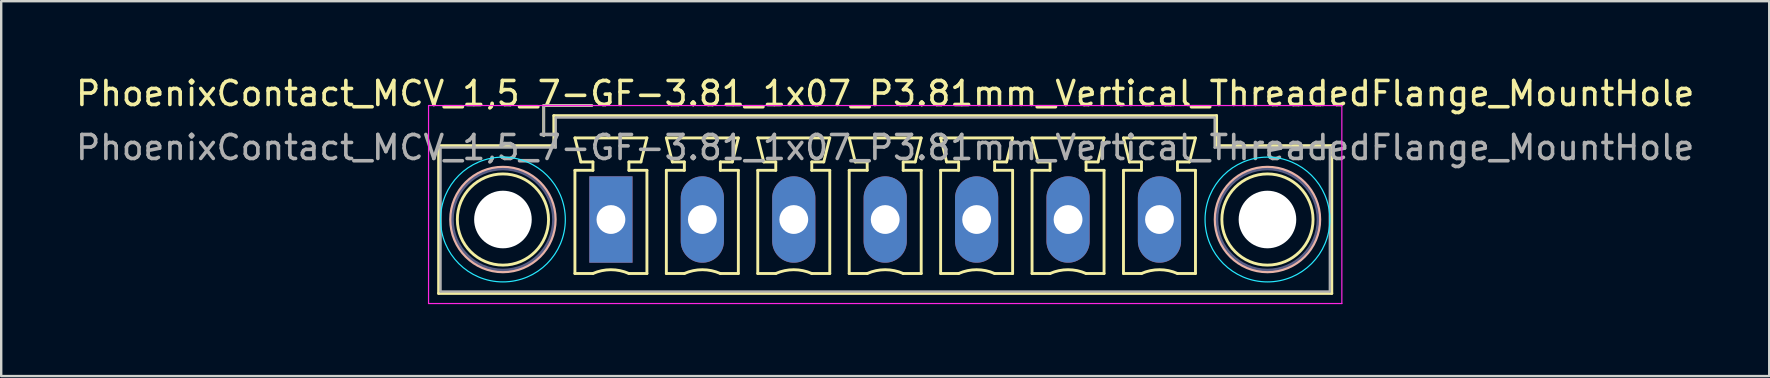
<source format=kicad_pcb>
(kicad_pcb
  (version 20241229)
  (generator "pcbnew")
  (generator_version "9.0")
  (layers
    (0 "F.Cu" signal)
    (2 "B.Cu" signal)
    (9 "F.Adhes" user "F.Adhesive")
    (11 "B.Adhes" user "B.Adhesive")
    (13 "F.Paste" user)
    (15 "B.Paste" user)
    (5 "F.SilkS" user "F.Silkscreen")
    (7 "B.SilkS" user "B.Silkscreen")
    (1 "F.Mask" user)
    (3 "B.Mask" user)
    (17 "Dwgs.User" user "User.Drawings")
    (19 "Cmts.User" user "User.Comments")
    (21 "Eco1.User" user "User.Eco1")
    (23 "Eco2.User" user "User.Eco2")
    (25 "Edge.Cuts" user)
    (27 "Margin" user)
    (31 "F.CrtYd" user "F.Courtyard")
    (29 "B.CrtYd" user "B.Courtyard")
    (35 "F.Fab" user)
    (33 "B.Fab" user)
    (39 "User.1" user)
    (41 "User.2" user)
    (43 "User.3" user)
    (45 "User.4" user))
  (footprint "PhoenixContact_MCV_1,5_7-GF-3.81_1x07_P3.81mm_Vertical_ThreadedFlange_MountHole"
    (layer "F.Cu")
    (at 22.409 6.098)
    (property "Reference" "PhoenixContact_MCV_1,5_7-GF-3.81_1x07_P3.81mm_Vertical_ThreadedFlange_MountHole" (at 11.43 -5.25 0) (layer "F.SilkS") (effects (font (size 1 1) (thickness 0.15))))
    (attr through_hole)
    (fp_line (start -7.18 -3.08) (end -7.18 3.08) (stroke (width 0.12) (type solid)) (layer "F.SilkS"))
    (fp_line (start -7.18 3.08) (end 30.04 3.08) (stroke (width 0.12) (type solid)) (layer "F.SilkS"))
    (fp_line (start -2.8 -4.75) (end -0.8 -4.75) (stroke (width 0.12) (type solid)) (layer "F.SilkS"))
    (fp_line (start -2.8 -3.5) (end -2.8 -4.75) (stroke (width 0.12) (type solid)) (layer "F.SilkS"))
    (fp_line (start -2.38 -4.33) (end -2.38 -3.08) (stroke (width 0.12) (type solid)) (layer "F.SilkS"))
    (fp_line (start -2.38 -3.08) (end -7.18 -3.08) (stroke (width 0.12) (type solid)) (layer "F.SilkS"))
    (fp_line (start -1.5 -3.4) (end 1.5 -3.4) (stroke (width 0.12) (type solid)) (layer "F.SilkS"))
    (fp_line (start -1.5 -2.05) (end -0.75 -2.05) (stroke (width 0.12) (type solid)) (layer "F.SilkS"))
    (fp_line (start -1.5 2.25) (end -1.5 -2.05) (stroke (width 0.12) (type solid)) (layer "F.SilkS"))
    (fp_line (start -1.25 -2.4) (end -1.5 -3.4) (stroke (width 0.12) (type solid)) (layer "F.SilkS"))
    (fp_line (start -0.75 -2.4) (end -1.25 -2.4) (stroke (width 0.12) (type solid)) (layer "F.SilkS"))
    (fp_line (start -0.75 -2.05) (end -0.75 -2.4) (stroke (width 0.12) (type solid)) (layer "F.SilkS"))
    (fp_line (start -0.75 2.25) (end -1.5 2.25) (stroke (width 0.12) (type solid)) (layer "F.SilkS"))
    (fp_line (start 0.75 -2.4) (end 0.75 -2.05) (stroke (width 0.12) (type solid)) (layer "F.SilkS"))
    (fp_line (start 0.75 -2.05) (end 1.5 -2.05) (stroke (width 0.12) (type solid)) (layer "F.SilkS"))
    (fp_line (start 1.25 -2.4) (end 0.75 -2.4) (stroke (width 0.12) (type solid)) (layer "F.SilkS"))
    (fp_line (start 1.5 -3.4) (end 1.25 -2.4) (stroke (width 0.12) (type solid)) (layer "F.SilkS"))
    (fp_line (start 1.5 -2.05) (end 1.5 2.25) (stroke (width 0.12) (type solid)) (layer "F.SilkS"))
    (fp_line (start 1.5 2.25) (end 0.75 2.25) (stroke (width 0.12) (type solid)) (layer "F.SilkS"))
    (fp_line (start 2.31 -3.4) (end 5.31 -3.4) (stroke (width 0.12) (type solid)) (layer "F.SilkS"))
    (fp_line (start 2.31 -2.05) (end 3.06 -2.05) (stroke (width 0.12) (type solid)) (layer "F.SilkS"))
    (fp_line (start 2.31 2.25) (end 2.31 -2.05) (stroke (width 0.12) (type solid)) (layer "F.SilkS"))
    (fp_line (start 2.56 -2.4) (end 2.31 -3.4) (stroke (width 0.12) (type solid)) (layer "F.SilkS"))
    (fp_line (start 3.06 -2.4) (end 2.56 -2.4) (stroke (width 0.12) (type solid)) (layer "F.SilkS"))
    (fp_line (start 3.06 -2.05) (end 3.06 -2.4) (stroke (width 0.12) (type solid)) (layer "F.SilkS"))
    (fp_line (start 3.06 2.25) (end 2.31 2.25) (stroke (width 0.12) (type solid)) (layer "F.SilkS"))
    (fp_line (start 4.56 -2.4) (end 4.56 -2.05) (stroke (width 0.12) (type solid)) (layer "F.SilkS"))
    (fp_line (start 4.56 -2.05) (end 5.31 -2.05) (stroke (width 0.12) (type solid)) (layer "F.SilkS"))
    (fp_line (start 5.06 -2.4) (end 4.56 -2.4) (stroke (width 0.12) (type solid)) (layer "F.SilkS"))
    (fp_line (start 5.31 -3.4) (end 5.06 -2.4) (stroke (width 0.12) (type solid)) (layer "F.SilkS"))
    (fp_line (start 5.31 -2.05) (end 5.31 2.25) (stroke (width 0.12) (type solid)) (layer "F.SilkS"))
    (fp_line (start 5.31 2.25) (end 4.56 2.25) (stroke (width 0.12) (type solid)) (layer "F.SilkS"))
    (fp_line (start 6.12 -3.4) (end 9.12 -3.4) (stroke (width 0.12) (type solid)) (layer "F.SilkS"))
    (fp_line (start 6.12 -2.05) (end 6.87 -2.05) (stroke (width 0.12) (type solid)) (layer "F.SilkS"))
    (fp_line (start 6.12 2.25) (end 6.12 -2.05) (stroke (width 0.12) (type solid)) (layer "F.SilkS"))
    (fp_line (start 6.37 -2.4) (end 6.12 -3.4) (stroke (width 0.12) (type solid)) (layer "F.SilkS"))
    (fp_line (start 6.87 -2.4) (end 6.37 -2.4) (stroke (width 0.12) (type solid)) (layer "F.SilkS"))
    (fp_line (start 6.87 -2.05) (end 6.87 -2.4) (stroke (width 0.12) (type solid)) (layer "F.SilkS"))
    (fp_line (start 6.87 2.25) (end 6.12 2.25) (stroke (width 0.12) (type solid)) (layer "F.SilkS"))
    (fp_line (start 8.37 -2.4) (end 8.37 -2.05) (stroke (width 0.12) (type solid)) (layer "F.SilkS"))
    (fp_line (start 8.37 -2.05) (end 9.12 -2.05) (stroke (width 0.12) (type solid)) (layer "F.SilkS"))
    (fp_line (start 8.87 -2.4) (end 8.37 -2.4) (stroke (width 0.12) (type solid)) (layer "F.SilkS"))
    (fp_line (start 9.12 -3.4) (end 8.87 -2.4) (stroke (width 0.12) (type solid)) (layer "F.SilkS"))
    (fp_line (start 9.12 -2.05) (end 9.12 2.25) (stroke (width 0.12) (type solid)) (layer "F.SilkS"))
    (fp_line (start 9.12 2.25) (end 8.37 2.25) (stroke (width 0.12) (type solid)) (layer "F.SilkS"))
    (fp_line (start 9.93 -3.4) (end 12.93 -3.4) (stroke (width 0.12) (type solid)) (layer "F.SilkS"))
    (fp_line (start 9.93 -2.05) (end 10.68 -2.05) (stroke (width 0.12) (type solid)) (layer "F.SilkS"))
    (fp_line (start 9.93 2.25) (end 9.93 -2.05) (stroke (width 0.12) (type solid)) (layer "F.SilkS"))
    (fp_line (start 10.18 -2.4) (end 9.93 -3.4) (stroke (width 0.12) (type solid)) (layer "F.SilkS"))
    (fp_line (start 10.68 -2.4) (end 10.18 -2.4) (stroke (width 0.12) (type solid)) (layer "F.SilkS"))
    (fp_line (start 10.68 -2.05) (end 10.68 -2.4) (stroke (width 0.12) (type solid)) (layer "F.SilkS"))
    (fp_line (start 10.68 2.25) (end 9.93 2.25) (stroke (width 0.12) (type solid)) (layer "F.SilkS"))
    (fp_line (start 12.18 -2.4) (end 12.18 -2.05) (stroke (width 0.12) (type solid)) (layer "F.SilkS"))
    (fp_line (start 12.18 -2.05) (end 12.93 -2.05) (stroke (width 0.12) (type solid)) (layer "F.SilkS"))
    (fp_line (start 12.68 -2.4) (end 12.18 -2.4) (stroke (width 0.12) (type solid)) (layer "F.SilkS"))
    (fp_line (start 12.93 -3.4) (end 12.68 -2.4) (stroke (width 0.12) (type solid)) (layer "F.SilkS"))
    (fp_line (start 12.93 -2.05) (end 12.93 2.25) (stroke (width 0.12) (type solid)) (layer "F.SilkS"))
    (fp_line (start 12.93 2.25) (end 12.18 2.25) (stroke (width 0.12) (type solid)) (layer "F.SilkS"))
    (fp_line (start 13.74 -3.4) (end 16.74 -3.4) (stroke (width 0.12) (type solid)) (layer "F.SilkS"))
    (fp_line (start 13.74 -2.05) (end 14.49 -2.05) (stroke (width 0.12) (type solid)) (layer "F.SilkS"))
    (fp_line (start 13.74 2.25) (end 13.74 -2.05) (stroke (width 0.12) (type solid)) (layer "F.SilkS"))
    (fp_line (start 13.99 -2.4) (end 13.74 -3.4) (stroke (width 0.12) (type solid)) (layer "F.SilkS"))
    (fp_line (start 14.49 -2.4) (end 13.99 -2.4) (stroke (width 0.12) (type solid)) (layer "F.SilkS"))
    (fp_line (start 14.49 -2.05) (end 14.49 -2.4) (stroke (width 0.12) (type solid)) (layer "F.SilkS"))
    (fp_line (start 14.49 2.25) (end 13.74 2.25) (stroke (width 0.12) (type solid)) (layer "F.SilkS"))
    (fp_line (start 15.99 -2.4) (end 15.99 -2.05) (stroke (width 0.12) (type solid)) (layer "F.SilkS"))
    (fp_line (start 15.99 -2.05) (end 16.74 -2.05) (stroke (width 0.12) (type solid)) (layer "F.SilkS"))
    (fp_line (start 16.49 -2.4) (end 15.99 -2.4) (stroke (width 0.12) (type solid)) (layer "F.SilkS"))
    (fp_line (start 16.74 -3.4) (end 16.49 -2.4) (stroke (width 0.12) (type solid)) (layer "F.SilkS"))
    (fp_line (start 16.74 -2.05) (end 16.74 2.25) (stroke (width 0.12) (type solid)) (layer "F.SilkS"))
    (fp_line (start 16.74 2.25) (end 15.99 2.25) (stroke (width 0.12) (type solid)) (layer "F.SilkS"))
    (fp_line (start 17.55 -3.4) (end 20.55 -3.4) (stroke (width 0.12) (type solid)) (layer "F.SilkS"))
    (fp_line (start 17.55 -2.05) (end 18.3 -2.05) (stroke (width 0.12) (type solid)) (layer "F.SilkS"))
    (fp_line (start 17.55 2.25) (end 17.55 -2.05) (stroke (width 0.12) (type solid)) (layer "F.SilkS"))
    (fp_line (start 17.8 -2.4) (end 17.55 -3.4) (stroke (width 0.12) (type solid)) (layer "F.SilkS"))
    (fp_line (start 18.3 -2.4) (end 17.8 -2.4) (stroke (width 0.12) (type solid)) (layer "F.SilkS"))
    (fp_line (start 18.3 -2.05) (end 18.3 -2.4) (stroke (width 0.12) (type solid)) (layer "F.SilkS"))
    (fp_line (start 18.3 2.25) (end 17.55 2.25) (stroke (width 0.12) (type solid)) (layer "F.SilkS"))
    (fp_line (start 19.8 -2.4) (end 19.8 -2.05) (stroke (width 0.12) (type solid)) (layer "F.SilkS"))
    (fp_line (start 19.8 -2.05) (end 20.55 -2.05) (stroke (width 0.12) (type solid)) (layer "F.SilkS"))
    (fp_line (start 20.3 -2.4) (end 19.8 -2.4) (stroke (width 0.12) (type solid)) (layer "F.SilkS"))
    (fp_line (start 20.55 -3.4) (end 20.3 -2.4) (stroke (width 0.12) (type solid)) (layer "F.SilkS"))
    (fp_line (start 20.55 -2.05) (end 20.55 2.25) (stroke (width 0.12) (type solid)) (layer "F.SilkS"))
    (fp_line (start 20.55 2.25) (end 19.8 2.25) (stroke (width 0.12) (type solid)) (layer "F.SilkS"))
    (fp_line (start 21.36 -3.4) (end 24.36 -3.4) (stroke (width 0.12) (type solid)) (layer "F.SilkS"))
    (fp_line (start 21.36 -2.05) (end 22.11 -2.05) (stroke (width 0.12) (type solid)) (layer "F.SilkS"))
    (fp_line (start 21.36 2.25) (end 21.36 -2.05) (stroke (width 0.12) (type solid)) (layer "F.SilkS"))
    (fp_line (start 21.61 -2.4) (end 21.36 -3.4) (stroke (width 0.12) (type solid)) (layer "F.SilkS"))
    (fp_line (start 22.11 -2.4) (end 21.61 -2.4) (stroke (width 0.12) (type solid)) (layer "F.SilkS"))
    (fp_line (start 22.11 -2.05) (end 22.11 -2.4) (stroke (width 0.12) (type solid)) (layer "F.SilkS"))
    (fp_line (start 22.11 2.25) (end 21.36 2.25) (stroke (width 0.12) (type solid)) (layer "F.SilkS"))
    (fp_line (start 23.61 -2.4) (end 23.61 -2.05) (stroke (width 0.12) (type solid)) (layer "F.SilkS"))
    (fp_line (start 23.61 -2.05) (end 24.36 -2.05) (stroke (width 0.12) (type solid)) (layer "F.SilkS"))
    (fp_line (start 24.11 -2.4) (end 23.61 -2.4) (stroke (width 0.12) (type solid)) (layer "F.SilkS"))
    (fp_line (start 24.36 -3.4) (end 24.11 -2.4) (stroke (width 0.12) (type solid)) (layer "F.SilkS"))
    (fp_line (start 24.36 -2.05) (end 24.36 2.25) (stroke (width 0.12) (type solid)) (layer "F.SilkS"))
    (fp_line (start 24.36 2.25) (end 23.61 2.25) (stroke (width 0.12) (type solid)) (layer "F.SilkS"))
    (fp_line (start 25.24 -4.33) (end -2.38 -4.33) (stroke (width 0.12) (type solid)) (layer "F.SilkS"))
    (fp_line (start 25.24 -3.08) (end 25.24 -4.33) (stroke (width 0.12) (type solid)) (layer "F.SilkS"))
    (fp_line (start 30.04 -3.08) (end 25.24 -3.08) (stroke (width 0.12) (type solid)) (layer "F.SilkS"))
    (fp_line (start 30.04 3.08) (end 30.04 -3.08) (stroke (width 0.12) (type solid)) (layer "F.SilkS"))
    (fp_arc (start -0.75 2.25) (mid -0.000193 2.09191) (end 0.749647 2.249844) (stroke (width 0.12) (type solid)) (layer "F.SilkS"))
    (fp_arc (start 3.06 2.25) (mid 3.809807 2.09191) (end 4.559647 2.249844) (stroke (width 0.12) (type solid)) (layer "F.SilkS"))
    (fp_arc (start 6.87 2.25) (mid 7.619807 2.09191) (end 8.369647 2.249844) (stroke (width 0.12) (type solid)) (layer "F.SilkS"))
    (fp_arc (start 10.68 2.25) (mid 11.429807 2.09191) (end 12.179647 2.249844) (stroke (width 0.12) (type solid)) (layer "F.SilkS"))
    (fp_arc (start 14.49 2.25) (mid 15.239807 2.09191) (end 15.989647 2.249844) (stroke (width 0.12) (type solid)) (layer "F.SilkS"))
    (fp_arc (start 18.3 2.25) (mid 19.049807 2.09191) (end 19.799647 2.249844) (stroke (width 0.12) (type solid)) (layer "F.SilkS"))
    (fp_arc (start 22.11 2.25) (mid 22.859807 2.09191) (end 23.609647 2.249844) (stroke (width 0.12) (type solid)) (layer "F.SilkS"))
    (fp_circle (center -4.5 0) (end -2.6 0) (stroke (width 0.12) (type solid)) (fill no) (layer "F.SilkS"))
    (fp_circle (center 27.36 0) (end 29.26 0) (stroke (width 0.12) (type solid)) (fill no) (layer "F.SilkS"))
    (fp_circle (center -4.5 0) (end -2.32 0) (stroke (width 0.12) (type solid)) (fill no) (layer "B.SilkS"))
    (fp_circle (center 27.36 0) (end 29.54 0) (stroke (width 0.12) (type solid)) (fill no) (layer "B.SilkS"))
    (fp_circle (center -4.5 0) (end -1.9 0) (stroke (width 0.05) (type solid)) (fill no) (layer "B.CrtYd"))
    (fp_circle (center 27.36 0) (end 29.96 0) (stroke (width 0.05) (type solid)) (fill no) (layer "B.CrtYd"))
    (fp_line (start -7.6 -4.75) (end -7.6 3.5) (stroke (width 0.05) (type solid)) (layer "F.CrtYd"))
    (fp_line (start -7.6 3.5) (end 30.46 3.5) (stroke (width 0.05) (type solid)) (layer "F.CrtYd"))
    (fp_line (start 30.46 -4.75) (end -7.6 -4.75) (stroke (width 0.05) (type solid)) (layer "F.CrtYd"))
    (fp_line (start 30.46 3.5) (end 30.46 -4.75) (stroke (width 0.05) (type solid)) (layer "F.CrtYd"))
    (fp_circle (center -4.5 0) (end -2.4 0) (stroke (width 0.1) (type solid)) (fill no) (layer "B.Fab"))
    (fp_circle (center 27.36 0) (end 29.46 0) (stroke (width 0.1) (type solid)) (fill no) (layer "B.Fab"))
    (fp_line (start -7.1 -3) (end -7.1 3) (stroke (width 0.1) (type solid)) (layer "F.Fab"))
    (fp_line (start -7.1 3) (end 29.96 3) (stroke (width 0.1) (type solid)) (layer "F.Fab"))
    (fp_line (start -2.8 -4.75) (end -0.8 -4.75) (stroke (width 0.1) (type solid)) (layer "F.Fab"))
    (fp_line (start -2.8 -3.5) (end -2.8 -4.75) (stroke (width 0.1) (type solid)) (layer "F.Fab"))
    (fp_line (start -2.3 -4.25) (end -2.3 -3) (stroke (width 0.1) (type solid)) (layer "F.Fab"))
    (fp_line (start -2.3 -3) (end -7.1 -3) (stroke (width 0.1) (type solid)) (layer "F.Fab"))
    (fp_line (start 25.16 -4.25) (end -2.3 -4.25) (stroke (width 0.1) (type solid)) (layer "F.Fab"))
    (fp_line (start 25.16 -3) (end 25.16 -4.25) (stroke (width 0.1) (type solid)) (layer "F.Fab"))
    (fp_line (start 29.96 -3) (end 25.16 -3) (stroke (width 0.1) (type solid)) (layer "F.Fab"))
    (fp_line (start 29.96 3) (end 29.96 -3) (stroke (width 0.1) (type solid)) (layer "F.Fab"))
    (fp_text user "${REFERENCE}" (at 11.43 -3 0) (layer "F.Fab") (effects (font (size 1 1) (thickness 0.15))))
    (pad "" np_thru_hole circle (at -4.5 0) (size 2.4 2.4) (drill 2.4) (layers "*.Cu" "*.Mask"))
    (pad "" np_thru_hole circle (at 27.36 0) (size 2.4 2.4) (drill 2.4) (layers "*.Cu" "*.Mask"))
    (pad "1" thru_hole rect (at 0 0) (size 1.8 3.6) (drill 1.2) (layers "*.Cu" "*.Mask"))
    (pad "2" thru_hole oval (at 3.81 0) (size 1.8 3.6) (drill 1.2) (layers "*.Cu" "*.Mask"))
    (pad "3" thru_hole oval (at 7.62 0) (size 1.8 3.6) (drill 1.2) (layers "*.Cu" "*.Mask"))
    (pad "4" thru_hole oval (at 11.43 0) (size 1.8 3.6) (drill 1.2) (layers "*.Cu" "*.Mask"))
    (pad "5" thru_hole oval (at 15.24 0) (size 1.8 3.6) (drill 1.2) (layers "*.Cu" "*.Mask"))
    (pad "6" thru_hole oval (at 19.05 0) (size 1.8 3.6) (drill 1.2) (layers "*.Cu" "*.Mask"))
    (pad "7" thru_hole oval (at 22.86 0) (size 1.8 3.6) (drill 1.2) (layers "*.Cu" "*.Mask")))
  (gr_rect
    (start -3 -3)
    (end 70.679 12.623)
    (stroke (width 0.1) (type default))
    (fill no)
    (layer "Edge.Cuts")))
</source>
